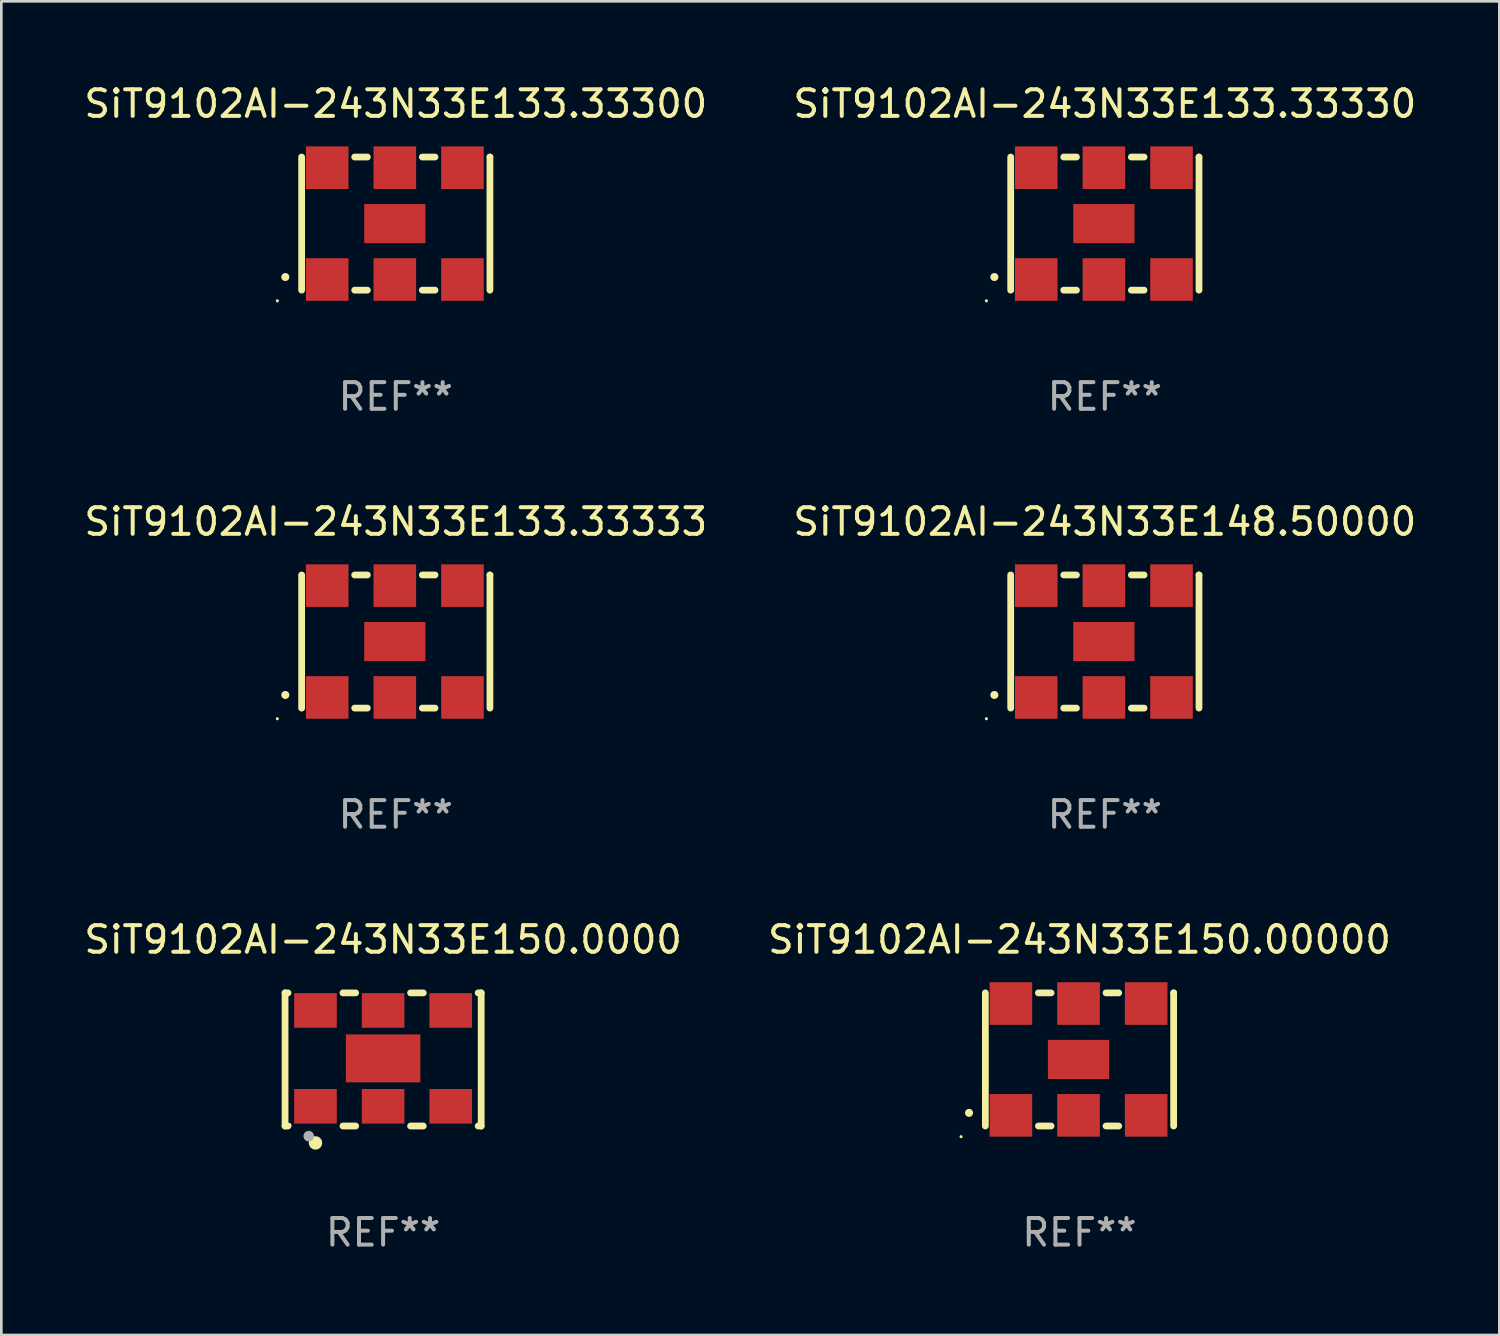
<source format=kicad_pcb>
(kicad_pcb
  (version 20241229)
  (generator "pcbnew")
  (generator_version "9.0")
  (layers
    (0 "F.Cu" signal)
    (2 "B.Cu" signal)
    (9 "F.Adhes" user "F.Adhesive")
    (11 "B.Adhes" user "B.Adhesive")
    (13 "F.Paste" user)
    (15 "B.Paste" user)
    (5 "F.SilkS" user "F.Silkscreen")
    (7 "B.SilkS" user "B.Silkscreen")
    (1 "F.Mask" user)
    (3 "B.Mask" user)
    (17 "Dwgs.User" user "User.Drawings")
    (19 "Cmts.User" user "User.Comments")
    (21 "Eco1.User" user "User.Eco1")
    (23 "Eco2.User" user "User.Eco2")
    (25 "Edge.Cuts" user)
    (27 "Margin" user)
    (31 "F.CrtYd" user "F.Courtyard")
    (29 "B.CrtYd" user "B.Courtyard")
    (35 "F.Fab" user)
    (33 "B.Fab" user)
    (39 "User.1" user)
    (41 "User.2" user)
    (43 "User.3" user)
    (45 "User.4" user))
  (footprint "SiT9102AI-243N33E133.33330"
    (layer "F.Cu")
    (at 38.446 5.348)
    (property "Reference" "SiT9102AI-243N33E133.33330" (at 0 -4.5 0) (layer "F.SilkS") (effects (font (size 1 1) (thickness 0.15))))
    (attr through_hole)
    (fp_line (start -3.536 -2.5) (end -3.536 2.5) (stroke (width 0.254) (type solid)) (layer "F.SilkS"))
    (fp_line (start -1.544 2.5) (end -1.067 2.5) (stroke (width 0.254) (type solid)) (layer "F.SilkS"))
    (fp_line (start -1.067 -2.5) (end -1.544 -2.5) (stroke (width 0.254) (type solid)) (layer "F.SilkS"))
    (fp_line (start 0.996 2.5) (end 1.473 2.5) (stroke (width 0.254) (type solid)) (layer "F.SilkS"))
    (fp_line (start 1.473 -2.5) (end 0.996 -2.5) (stroke (width 0.254) (type solid)) (layer "F.SilkS"))
    (fp_line (start 3.536 -2.5) (end 3.536 -2.5) (stroke (width 0.254) (type solid)) (layer "F.SilkS"))
    (fp_line (start 3.536 2.5) (end 3.536 -2.5) (stroke (width 0.254) (type solid)) (layer "F.SilkS"))
    (fp_arc (start -4.150432 2.006604) (mid -4.149162 2.006599) (end -4.147892 2.006604) (stroke (width 0.3) (type solid)) (layer "F.SilkS"))
    (fp_circle (center -4.449 2.9) (end -4.419 2.9) (stroke (width 0.06) (type solid)) (fill no) (layer "F.SilkS"))
    (fp_text user "REF**" (at 0 6.5 0) (layer "F.Fab") (effects (font (size 1 1) (thickness 0.15))))
    (pad "1" smd rect (at -2.576 2.1) (size 1.6 1.6) (layers "F.Cu" "F.Mask" "F.Paste"))
    (pad "2" smd rect (at -0.036 2.1) (size 1.6 1.6) (layers "F.Cu" "F.Mask" "F.Paste"))
    (pad "3" smd rect (at 2.504 2.1) (size 1.6 1.6) (layers "F.Cu" "F.Mask" "F.Paste"))
    (pad "4" smd rect (at 2.504 -2.1) (size 1.6 1.6) (layers "F.Cu" "F.Mask" "F.Paste"))
    (pad "5" smd rect (at -0.036 -2.1) (size 1.6 1.6) (layers "F.Cu" "F.Mask" "F.Paste"))
    (pad "6" smd rect (at -2.576 -2.1) (size 1.6 1.6) (layers "F.Cu" "F.Mask" "F.Paste"))
    (pad "7" smd rect (at -0.036 0) (size 2.3 1.47) (layers "F.Cu" "F.Mask" "F.Paste")))
  (footprint "SiT9102AI-243N33E133.33333"
    (layer "F.Cu")
    (at 11.815 21.045)
    (property "Reference" "SiT9102AI-243N33E133.33333" (at 0 -4.5 0) (layer "F.SilkS") (effects (font (size 1 1) (thickness 0.15))))
    (attr through_hole)
    (fp_line (start -3.536 -2.5) (end -3.536 2.5) (stroke (width 0.254) (type solid)) (layer "F.SilkS"))
    (fp_line (start -1.544 2.5) (end -1.067 2.5) (stroke (width 0.254) (type solid)) (layer "F.SilkS"))
    (fp_line (start -1.067 -2.5) (end -1.544 -2.5) (stroke (width 0.254) (type solid)) (layer "F.SilkS"))
    (fp_line (start 0.996 2.5) (end 1.473 2.5) (stroke (width 0.254) (type solid)) (layer "F.SilkS"))
    (fp_line (start 1.473 -2.5) (end 0.996 -2.5) (stroke (width 0.254) (type solid)) (layer "F.SilkS"))
    (fp_line (start 3.536 -2.5) (end 3.536 -2.5) (stroke (width 0.254) (type solid)) (layer "F.SilkS"))
    (fp_line (start 3.536 2.5) (end 3.536 -2.5) (stroke (width 0.254) (type solid)) (layer "F.SilkS"))
    (fp_arc (start -4.150432 2.006604) (mid -4.149162 2.006599) (end -4.147892 2.006604) (stroke (width 0.3) (type solid)) (layer "F.SilkS"))
    (fp_circle (center -4.449 2.9) (end -4.419 2.9) (stroke (width 0.06) (type solid)) (fill no) (layer "F.SilkS"))
    (fp_text user "REF**" (at 0 6.5 0) (layer "F.Fab") (effects (font (size 1 1) (thickness 0.15))))
    (pad "1" smd rect (at -2.576 2.1) (size 1.6 1.6) (layers "F.Cu" "F.Mask" "F.Paste"))
    (pad "2" smd rect (at -0.036 2.1) (size 1.6 1.6) (layers "F.Cu" "F.Mask" "F.Paste"))
    (pad "3" smd rect (at 2.504 2.1) (size 1.6 1.6) (layers "F.Cu" "F.Mask" "F.Paste"))
    (pad "4" smd rect (at 2.504 -2.1) (size 1.6 1.6) (layers "F.Cu" "F.Mask" "F.Paste"))
    (pad "5" smd rect (at -0.036 -2.1) (size 1.6 1.6) (layers "F.Cu" "F.Mask" "F.Paste"))
    (pad "6" smd rect (at -2.576 -2.1) (size 1.6 1.6) (layers "F.Cu" "F.Mask" "F.Paste"))
    (pad "7" smd rect (at -0.036 0) (size 2.3 1.47) (layers "F.Cu" "F.Mask" "F.Paste")))
  (footprint "SiT9102AI-243N33E150.00000"
    (layer "F.Cu")
    (at 37.494 36.741)
    (property "Reference" "SiT9102AI-243N33E150.00000" (at 0 -4.5 0) (layer "F.SilkS") (effects (font (size 1 1) (thickness 0.15))))
    (attr through_hole)
    (fp_line (start -3.536 -2.5) (end -3.536 2.5) (stroke (width 0.254) (type solid)) (layer "F.SilkS"))
    (fp_line (start -1.544 2.5) (end -1.067 2.5) (stroke (width 0.254) (type solid)) (layer "F.SilkS"))
    (fp_line (start -1.067 -2.5) (end -1.544 -2.5) (stroke (width 0.254) (type solid)) (layer "F.SilkS"))
    (fp_line (start 0.996 2.5) (end 1.473 2.5) (stroke (width 0.254) (type solid)) (layer "F.SilkS"))
    (fp_line (start 1.473 -2.5) (end 0.996 -2.5) (stroke (width 0.254) (type solid)) (layer "F.SilkS"))
    (fp_line (start 3.536 -2.5) (end 3.536 -2.5) (stroke (width 0.254) (type solid)) (layer "F.SilkS"))
    (fp_line (start 3.536 2.5) (end 3.536 -2.5) (stroke (width 0.254) (type solid)) (layer "F.SilkS"))
    (fp_arc (start -4.150432 2.006604) (mid -4.149162 2.006599) (end -4.147892 2.006604) (stroke (width 0.3) (type solid)) (layer "F.SilkS"))
    (fp_circle (center -4.449 2.9) (end -4.419 2.9) (stroke (width 0.06) (type solid)) (fill no) (layer "F.SilkS"))
    (fp_text user "REF**" (at 0 6.5 0) (layer "F.Fab") (effects (font (size 1 1) (thickness 0.15))))
    (pad "1" smd rect (at -2.576 2.1) (size 1.6 1.6) (layers "F.Cu" "F.Mask" "F.Paste"))
    (pad "2" smd rect (at -0.036 2.1) (size 1.6 1.6) (layers "F.Cu" "F.Mask" "F.Paste"))
    (pad "3" smd rect (at 2.504 2.1) (size 1.6 1.6) (layers "F.Cu" "F.Mask" "F.Paste"))
    (pad "4" smd rect (at 2.504 -2.1) (size 1.6 1.6) (layers "F.Cu" "F.Mask" "F.Paste"))
    (pad "5" smd rect (at -0.036 -2.1) (size 1.6 1.6) (layers "F.Cu" "F.Mask" "F.Paste"))
    (pad "6" smd rect (at -2.576 -2.1) (size 1.6 1.6) (layers "F.Cu" "F.Mask" "F.Paste"))
    (pad "7" smd rect (at -0.036 0) (size 2.3 1.47) (layers "F.Cu" "F.Mask" "F.Paste")))
  (footprint "SiT9102AI-243N33E148.50000"
    (layer "F.Cu")
    (at 38.446 21.045)
    (property "Reference" "SiT9102AI-243N33E148.50000" (at 0 -4.5 0) (layer "F.SilkS") (effects (font (size 1 1) (thickness 0.15))))
    (attr through_hole)
    (fp_line (start -3.536 -2.5) (end -3.536 2.5) (stroke (width 0.254) (type solid)) (layer "F.SilkS"))
    (fp_line (start -1.544 2.5) (end -1.067 2.5) (stroke (width 0.254) (type solid)) (layer "F.SilkS"))
    (fp_line (start -1.067 -2.5) (end -1.544 -2.5) (stroke (width 0.254) (type solid)) (layer "F.SilkS"))
    (fp_line (start 0.996 2.5) (end 1.473 2.5) (stroke (width 0.254) (type solid)) (layer "F.SilkS"))
    (fp_line (start 1.473 -2.5) (end 0.996 -2.5) (stroke (width 0.254) (type solid)) (layer "F.SilkS"))
    (fp_line (start 3.536 -2.5) (end 3.536 -2.5) (stroke (width 0.254) (type solid)) (layer "F.SilkS"))
    (fp_line (start 3.536 2.5) (end 3.536 -2.5) (stroke (width 0.254) (type solid)) (layer "F.SilkS"))
    (fp_arc (start -4.150432 2.006604) (mid -4.149162 2.006599) (end -4.147892 2.006604) (stroke (width 0.3) (type solid)) (layer "F.SilkS"))
    (fp_circle (center -4.449 2.9) (end -4.419 2.9) (stroke (width 0.06) (type solid)) (fill no) (layer "F.SilkS"))
    (fp_text user "REF**" (at 0 6.5 0) (layer "F.Fab") (effects (font (size 1 1) (thickness 0.15))))
    (pad "1" smd rect (at -2.576 2.1) (size 1.6 1.6) (layers "F.Cu" "F.Mask" "F.Paste"))
    (pad "2" smd rect (at -0.036 2.1) (size 1.6 1.6) (layers "F.Cu" "F.Mask" "F.Paste"))
    (pad "3" smd rect (at 2.504 2.1) (size 1.6 1.6) (layers "F.Cu" "F.Mask" "F.Paste"))
    (pad "4" smd rect (at 2.504 -2.1) (size 1.6 1.6) (layers "F.Cu" "F.Mask" "F.Paste"))
    (pad "5" smd rect (at -0.036 -2.1) (size 1.6 1.6) (layers "F.Cu" "F.Mask" "F.Paste"))
    (pad "6" smd rect (at -2.576 -2.1) (size 1.6 1.6) (layers "F.Cu" "F.Mask" "F.Paste"))
    (pad "7" smd rect (at -0.036 0) (size 2.3 1.47) (layers "F.Cu" "F.Mask" "F.Paste")))
  (footprint "SiT9102AI-243N33E133.33300"
    (layer "F.Cu")
    (at 11.815 5.348)
    (property "Reference" "SiT9102AI-243N33E133.33300" (at 0 -4.5 0) (layer "F.SilkS") (effects (font (size 1 1) (thickness 0.15))))
    (attr through_hole)
    (fp_line (start -3.536 -2.5) (end -3.536 2.5) (stroke (width 0.254) (type solid)) (layer "F.SilkS"))
    (fp_line (start -1.544 2.5) (end -1.067 2.5) (stroke (width 0.254) (type solid)) (layer "F.SilkS"))
    (fp_line (start -1.067 -2.5) (end -1.544 -2.5) (stroke (width 0.254) (type solid)) (layer "F.SilkS"))
    (fp_line (start 0.996 2.5) (end 1.473 2.5) (stroke (width 0.254) (type solid)) (layer "F.SilkS"))
    (fp_line (start 1.473 -2.5) (end 0.996 -2.5) (stroke (width 0.254) (type solid)) (layer "F.SilkS"))
    (fp_line (start 3.536 -2.5) (end 3.536 -2.5) (stroke (width 0.254) (type solid)) (layer "F.SilkS"))
    (fp_line (start 3.536 2.5) (end 3.536 -2.5) (stroke (width 0.254) (type solid)) (layer "F.SilkS"))
    (fp_arc (start -4.150432 2.006604) (mid -4.149162 2.006599) (end -4.147892 2.006604) (stroke (width 0.3) (type solid)) (layer "F.SilkS"))
    (fp_circle (center -4.449 2.9) (end -4.419 2.9) (stroke (width 0.06) (type solid)) (fill no) (layer "F.SilkS"))
    (fp_text user "REF**" (at 0 6.5 0) (layer "F.Fab") (effects (font (size 1 1) (thickness 0.15))))
    (pad "1" smd rect (at -2.576 2.1) (size 1.6 1.6) (layers "F.Cu" "F.Mask" "F.Paste"))
    (pad "2" smd rect (at -0.036 2.1) (size 1.6 1.6) (layers "F.Cu" "F.Mask" "F.Paste"))
    (pad "3" smd rect (at 2.504 2.1) (size 1.6 1.6) (layers "F.Cu" "F.Mask" "F.Paste"))
    (pad "4" smd rect (at 2.504 -2.1) (size 1.6 1.6) (layers "F.Cu" "F.Mask" "F.Paste"))
    (pad "5" smd rect (at -0.036 -2.1) (size 1.6 1.6) (layers "F.Cu" "F.Mask" "F.Paste"))
    (pad "6" smd rect (at -2.576 -2.1) (size 1.6 1.6) (layers "F.Cu" "F.Mask" "F.Paste"))
    (pad "7" smd rect (at -0.036 0) (size 2.3 1.47) (layers "F.Cu" "F.Mask" "F.Paste")))
  (footprint "SiT9102AI-243N33E150.0000"
    (layer "F.Cu")
    (at 11.339 36.741)
    (property "Reference" "SiT9102AI-243N33E150.0000" (at 0 -4.5 0) (layer "F.SilkS") (effects (font (size 1 1) (thickness 0.15))))
    (attr through_hole)
    (fp_line (start -3.683 -2.5) (end -3.571 -2.5) (stroke (width 0.254) (type solid)) (layer "F.SilkS"))
    (fp_line (start -3.683 2.5) (end -3.683 -2.5) (stroke (width 0.254) (type solid)) (layer "F.SilkS"))
    (fp_line (start -3.683 2.5) (end -3.571 2.5) (stroke (width 0.254) (type solid)) (layer "F.SilkS"))
    (fp_line (start -1.509 -2.5) (end -1.031 -2.5) (stroke (width 0.254) (type solid)) (layer "F.SilkS"))
    (fp_line (start -1.509 2.5) (end -1.031 2.5) (stroke (width 0.254) (type solid)) (layer "F.SilkS"))
    (fp_line (start 1.031 -2.5) (end 1.509 -2.5) (stroke (width 0.254) (type solid)) (layer "F.SilkS"))
    (fp_line (start 1.031 2.5) (end 1.509 2.5) (stroke (width 0.254) (type solid)) (layer "F.SilkS"))
    (fp_line (start 3.571 -2.5) (end 3.683 -2.5) (stroke (width 0.254) (type solid)) (layer "F.SilkS"))
    (fp_line (start 3.571 2.5) (end 3.683 2.5) (stroke (width 0.254) (type solid)) (layer "F.SilkS"))
    (fp_line (start 3.683 2.5) (end 3.683 -2.5) (stroke (width 0.254) (type solid)) (layer "F.SilkS"))
    (fp_circle (center -3.5 2.46) (end -3.47 2.46) (stroke (width 0.06) (type solid)) (fill no) (layer "F.SilkS"))
    (fp_circle (center -2.54 3.135) (end -2.413 3.135) (stroke (width 0.254) (type solid)) (fill no) (layer "F.SilkS"))
    (fp_circle (center -2.794 2.881) (end -2.694 2.881) (stroke (width 0.2) (type solid)) (fill no) (layer "F.Fab"))
    (fp_text user "REF**" (at 0 6.5 0) (layer "F.Fab") (effects (font (size 1 1) (thickness 0.15))))
    (pad "1" smd rect (at -2.54 1.76) (size 1.6 1.3) (layers "F.Cu" "F.Mask" "F.Paste"))
    (pad "2" smd rect (at 0 1.76) (size 1.6 1.3) (layers "F.Cu" "F.Mask" "F.Paste"))
    (pad "3" smd rect (at 2.54 1.76) (size 1.6 1.3) (layers "F.Cu" "F.Mask" "F.Paste"))
    (pad "4" smd rect (at 2.54 -1.84) (size 1.6 1.3) (layers "F.Cu" "F.Mask" "F.Paste"))
    (pad "5" smd rect (at 0 -1.84) (size 1.6 1.3) (layers "F.Cu" "F.Mask" "F.Paste"))
    (pad "6" smd rect (at -2.54 -1.84) (size 1.6 1.3) (layers "F.Cu" "F.Mask" "F.Paste"))
    (pad "7" smd rect (at 0 -0.04) (size 2.8 1.8) (layers "F.Cu" "F.Mask" "F.Paste")))
  (gr_rect
    (start -3 -3)
    (end 53.262 47.09)
    (stroke (width 0.1) (type default))
    (fill no)
    (layer "Edge.Cuts")))
</source>
